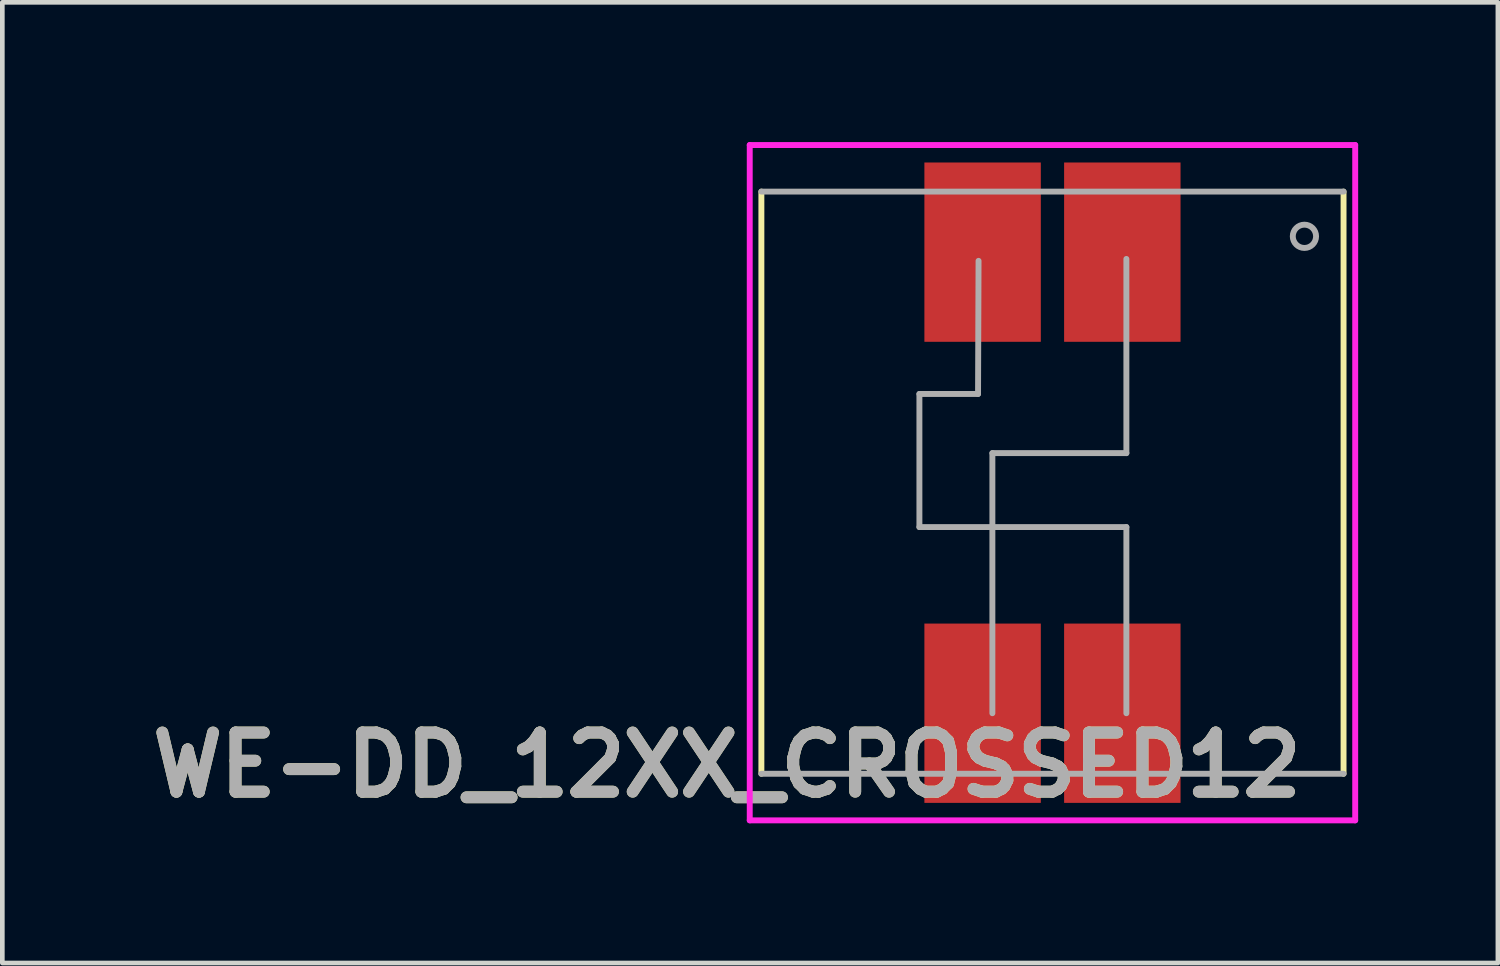
<source format=kicad_pcb>
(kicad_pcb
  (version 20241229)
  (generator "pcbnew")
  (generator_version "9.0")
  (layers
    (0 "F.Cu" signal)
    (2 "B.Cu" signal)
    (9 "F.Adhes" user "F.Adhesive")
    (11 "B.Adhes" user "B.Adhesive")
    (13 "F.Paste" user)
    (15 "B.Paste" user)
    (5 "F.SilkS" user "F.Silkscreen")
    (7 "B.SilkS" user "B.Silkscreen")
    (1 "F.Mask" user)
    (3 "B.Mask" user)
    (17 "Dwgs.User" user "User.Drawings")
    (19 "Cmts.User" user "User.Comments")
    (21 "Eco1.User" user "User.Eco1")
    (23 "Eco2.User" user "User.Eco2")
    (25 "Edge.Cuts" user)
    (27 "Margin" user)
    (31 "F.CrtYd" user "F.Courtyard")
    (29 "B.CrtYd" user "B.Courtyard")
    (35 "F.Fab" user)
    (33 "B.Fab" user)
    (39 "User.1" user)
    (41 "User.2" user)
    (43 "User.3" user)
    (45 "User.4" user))
  (footprint "WE-DD_12XX_CROSSED12"
    (layer "F.Cu")
    (at 19.548 7.314)
    (property "Reference" "WE-DD_12XX_CROSSED12" (at -6.987 6.06 0) (layer "F.SilkS") (effects (font (size 1.27 1.27) (thickness 0.254))))
    (attr smd)
    (fp_line (start -6.25 6.25) (end -6.25 -6.25) (stroke (width 0.127) (type solid)) (layer "F.SilkS"))
    (fp_line (start 6.25 -6.25) (end 6.25 6.25) (stroke (width 0.127) (type solid)) (layer "F.SilkS"))
    (fp_line (start -6.5 -7.25) (end -6.5 7.25) (stroke (width 0.127) (type solid)) (layer "F.CrtYd"))
    (fp_line (start -6.5 7.25) (end 6.5 7.25) (stroke (width 0.127) (type solid)) (layer "F.CrtYd"))
    (fp_line (start 6.5 -7.25) (end -6.5 -7.25) (stroke (width 0.127) (type solid)) (layer "F.CrtYd"))
    (fp_line (start 6.5 7.25) (end 6.5 -7.25) (stroke (width 0.127) (type solid)) (layer "F.CrtYd"))
    (fp_line (start -6.25 -6.25) (end 6.25 -6.25) (stroke (width 0.127) (type solid)) (layer "F.Fab"))
    (fp_line (start -2.857 -1.905) (end -2.857 0.953) (stroke (width 0.127) (type solid)) (layer "F.Fab"))
    (fp_line (start -2.857 0.953) (end 1.587 0.953) (stroke (width 0.127) (type solid)) (layer "F.Fab"))
    (fp_line (start -1.598 -1.905) (end -2.857 -1.905) (stroke (width 0.127) (type solid)) (layer "F.Fab"))
    (fp_line (start -1.587 -4.763) (end -1.598 -1.905) (stroke (width 0.127) (type solid)) (layer "F.Fab"))
    (fp_line (start -1.29 -0.635) (end -1.29 4.95) (stroke (width 0.127) (type solid)) (layer "F.Fab"))
    (fp_line (start 1.587 -4.804) (end 1.587 -0.635) (stroke (width 0.127) (type solid)) (layer "F.Fab"))
    (fp_line (start 1.587 -0.635) (end -1.29 -0.635) (stroke (width 0.127) (type solid)) (layer "F.Fab"))
    (fp_line (start 1.587 0.953) (end 1.587 4.95) (stroke (width 0.127) (type solid)) (layer "F.Fab"))
    (fp_line (start 6.25 6.25) (end -6.25 6.25) (stroke (width 0.127) (type solid)) (layer "F.Fab"))
    (fp_circle (center 5.41 -5.29) (end 5.41 -5.04) (stroke (width 0.127) (type solid)) (fill no) (layer "F.Fab"))
    (fp_text user "${REFERENCE}" (at -6.987 6.06 0) (layer "F.Fab") (effects (font (size 1.27 1.27) (thickness 0.254))))
    (pad "1" smd rect (at 1.5 -4.95) (size 2.5 3.85) (layers "F.Cu" "F.Mask" "F.Paste"))
    (pad "2" smd rect (at -1.5 -4.95) (size 2.5 3.85) (layers "F.Cu" "F.Mask" "F.Paste"))
    (pad "3" smd rect (at -1.5 4.95) (size 2.5 3.85) (layers "F.Cu" "F.Mask" "F.Paste"))
    (pad "4" smd rect (at 1.5 4.95) (size 2.5 3.85) (layers "F.Cu" "F.Mask" "F.Paste")))
  (gr_rect
    (start -3 -3)
    (end 29.112 17.627)
    (stroke (width 0.1) (type default))
    (fill no)
    (layer "Edge.Cuts")))
</source>
